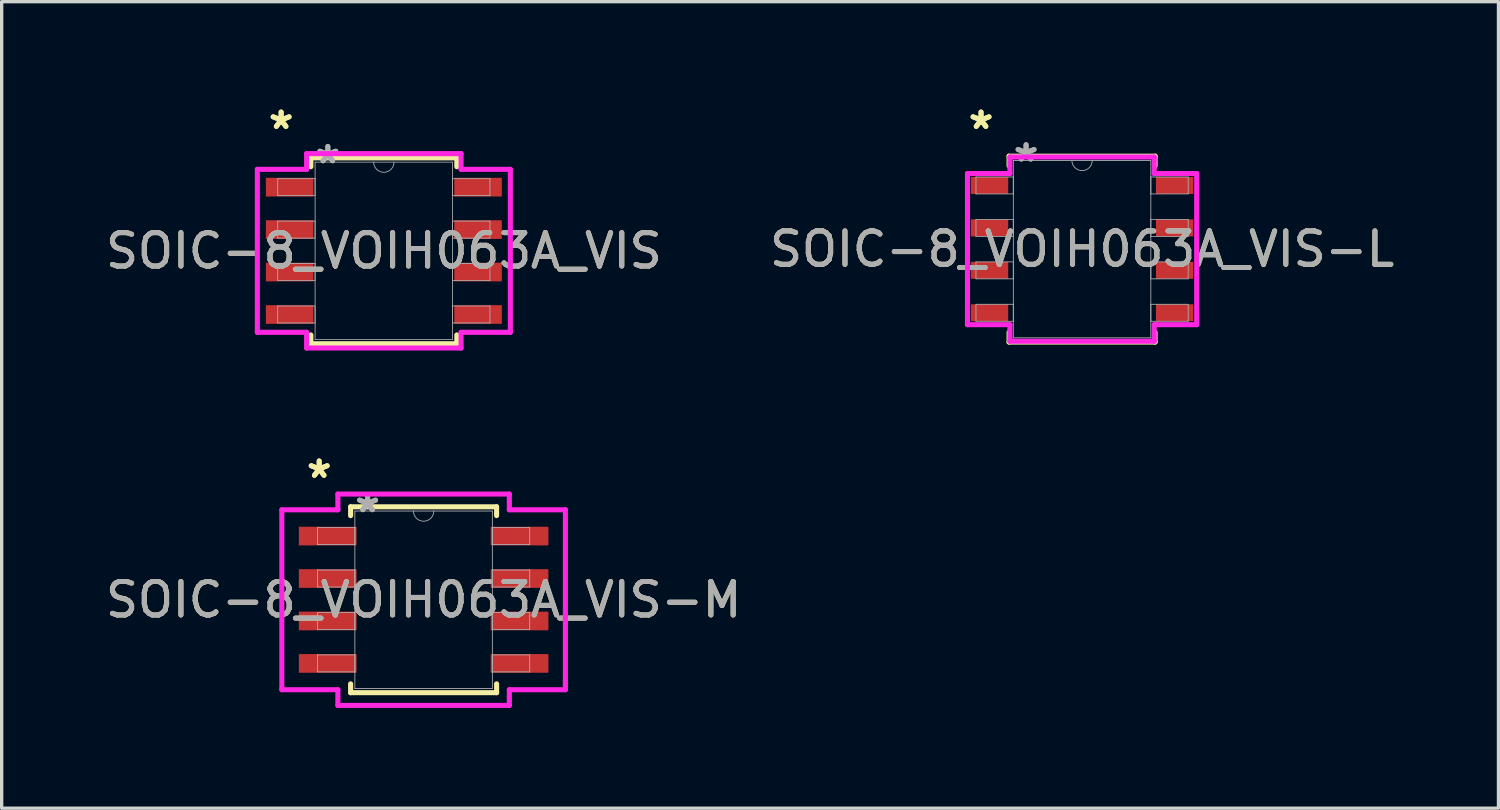
<source format=kicad_pcb>
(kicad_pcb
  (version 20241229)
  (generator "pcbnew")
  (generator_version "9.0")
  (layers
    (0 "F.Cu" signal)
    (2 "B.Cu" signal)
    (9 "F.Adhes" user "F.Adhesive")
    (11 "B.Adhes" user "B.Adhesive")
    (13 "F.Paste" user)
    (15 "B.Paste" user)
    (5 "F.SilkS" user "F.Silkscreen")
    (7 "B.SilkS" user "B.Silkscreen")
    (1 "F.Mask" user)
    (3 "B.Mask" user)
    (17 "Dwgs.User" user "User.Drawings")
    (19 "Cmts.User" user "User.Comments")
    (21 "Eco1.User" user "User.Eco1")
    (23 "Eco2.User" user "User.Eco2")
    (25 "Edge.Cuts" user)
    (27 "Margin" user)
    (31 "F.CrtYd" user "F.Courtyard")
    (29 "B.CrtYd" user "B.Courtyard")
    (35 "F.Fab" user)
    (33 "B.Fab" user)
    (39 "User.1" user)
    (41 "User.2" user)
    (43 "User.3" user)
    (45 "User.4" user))
  (footprint "SOIC-8_VOIH063A_VIS-M"
    (layer "F.Cu")
    (at 9.625 14.895)
    (property "Reference" "SOIC-8_VOIH063A_VIS-M" (at 0 0 0) (unlocked yes) (layer "F.SilkS") (effects (font (size 1 1) (thickness 0.15))))
    (attr smd)
    (fp_line (start -2.184 -2.781) (end -2.184 -2.517) (stroke (width 0.152) (type solid)) (layer "F.SilkS"))
    (fp_line (start -2.184 2.517) (end -2.184 2.781) (stroke (width 0.152) (type solid)) (layer "F.SilkS"))
    (fp_line (start -2.184 2.781) (end 2.184 2.781) (stroke (width 0.152) (type solid)) (layer "F.SilkS"))
    (fp_line (start 2.184 -2.781) (end -2.184 -2.781) (stroke (width 0.152) (type solid)) (layer "F.SilkS"))
    (fp_line (start 2.184 -2.517) (end 2.184 -2.781) (stroke (width 0.152) (type solid)) (layer "F.SilkS"))
    (fp_line (start 2.184 2.781) (end 2.184 2.517) (stroke (width 0.152) (type solid)) (layer "F.SilkS"))
    (fp_line (start -4.242 -2.692) (end -2.565 -2.692) (stroke (width 0.152) (type solid)) (layer "F.CrtYd"))
    (fp_line (start -4.242 2.692) (end -4.242 -2.692) (stroke (width 0.152) (type solid)) (layer "F.CrtYd"))
    (fp_line (start -4.242 2.692) (end -2.565 2.692) (stroke (width 0.152) (type solid)) (layer "F.CrtYd"))
    (fp_line (start -2.565 -3.162) (end 2.565 -3.162) (stroke (width 0.152) (type solid)) (layer "F.CrtYd"))
    (fp_line (start -2.565 -2.692) (end -2.565 -3.162) (stroke (width 0.152) (type solid)) (layer "F.CrtYd"))
    (fp_line (start -2.565 3.162) (end -2.565 2.692) (stroke (width 0.152) (type solid)) (layer "F.CrtYd"))
    (fp_line (start 2.565 -3.162) (end 2.565 -2.692) (stroke (width 0.152) (type solid)) (layer "F.CrtYd"))
    (fp_line (start 2.565 2.692) (end 2.565 3.162) (stroke (width 0.152) (type solid)) (layer "F.CrtYd"))
    (fp_line (start 2.565 3.162) (end -2.565 3.162) (stroke (width 0.152) (type solid)) (layer "F.CrtYd"))
    (fp_line (start 4.242 -2.692) (end 2.565 -2.692) (stroke (width 0.152) (type solid)) (layer "F.CrtYd"))
    (fp_line (start 4.242 -2.692) (end 4.242 2.692) (stroke (width 0.152) (type solid)) (layer "F.CrtYd"))
    (fp_line (start 4.242 2.692) (end 2.565 2.692) (stroke (width 0.152) (type solid)) (layer "F.CrtYd"))
    (fp_line (start -3.175 -2.159) (end -3.175 -1.651) (stroke (width 0.025) (type solid)) (layer "F.Fab"))
    (fp_line (start -3.175 -1.651) (end -2.057 -1.651) (stroke (width 0.025) (type solid)) (layer "F.Fab"))
    (fp_line (start -3.175 -0.889) (end -3.175 -0.381) (stroke (width 0.025) (type solid)) (layer "F.Fab"))
    (fp_line (start -3.175 -0.381) (end -2.057 -0.381) (stroke (width 0.025) (type solid)) (layer "F.Fab"))
    (fp_line (start -3.175 0.381) (end -3.175 0.889) (stroke (width 0.025) (type solid)) (layer "F.Fab"))
    (fp_line (start -3.175 0.889) (end -2.057 0.889) (stroke (width 0.025) (type solid)) (layer "F.Fab"))
    (fp_line (start -3.175 1.651) (end -3.175 2.159) (stroke (width 0.025) (type solid)) (layer "F.Fab"))
    (fp_line (start -3.175 2.159) (end -2.057 2.159) (stroke (width 0.025) (type solid)) (layer "F.Fab"))
    (fp_line (start -2.057 -2.654) (end -2.057 2.654) (stroke (width 0.025) (type solid)) (layer "F.Fab"))
    (fp_line (start -2.057 -2.159) (end -3.175 -2.159) (stroke (width 0.025) (type solid)) (layer "F.Fab"))
    (fp_line (start -2.057 -1.651) (end -2.057 -2.159) (stroke (width 0.025) (type solid)) (layer "F.Fab"))
    (fp_line (start -2.057 -0.889) (end -3.175 -0.889) (stroke (width 0.025) (type solid)) (layer "F.Fab"))
    (fp_line (start -2.057 -0.381) (end -2.057 -0.889) (stroke (width 0.025) (type solid)) (layer "F.Fab"))
    (fp_line (start -2.057 0.381) (end -3.175 0.381) (stroke (width 0.025) (type solid)) (layer "F.Fab"))
    (fp_line (start -2.057 0.889) (end -2.057 0.381) (stroke (width 0.025) (type solid)) (layer "F.Fab"))
    (fp_line (start -2.057 1.651) (end -3.175 1.651) (stroke (width 0.025) (type solid)) (layer "F.Fab"))
    (fp_line (start -2.057 2.159) (end -2.057 1.651) (stroke (width 0.025) (type solid)) (layer "F.Fab"))
    (fp_line (start -2.057 2.654) (end 2.057 2.654) (stroke (width 0.025) (type solid)) (layer "F.Fab"))
    (fp_line (start 2.057 -2.654) (end -2.057 -2.654) (stroke (width 0.025) (type solid)) (layer "F.Fab"))
    (fp_line (start 2.057 -2.159) (end 2.057 -1.651) (stroke (width 0.025) (type solid)) (layer "F.Fab"))
    (fp_line (start 2.057 -1.651) (end 3.175 -1.651) (stroke (width 0.025) (type solid)) (layer "F.Fab"))
    (fp_line (start 2.057 -0.889) (end 2.057 -0.381) (stroke (width 0.025) (type solid)) (layer "F.Fab"))
    (fp_line (start 2.057 -0.381) (end 3.175 -0.381) (stroke (width 0.025) (type solid)) (layer "F.Fab"))
    (fp_line (start 2.057 0.381) (end 2.057 0.889) (stroke (width 0.025) (type solid)) (layer "F.Fab"))
    (fp_line (start 2.057 0.889) (end 3.175 0.889) (stroke (width 0.025) (type solid)) (layer "F.Fab"))
    (fp_line (start 2.057 1.651) (end 2.057 2.159) (stroke (width 0.025) (type solid)) (layer "F.Fab"))
    (fp_line (start 2.057 2.159) (end 3.175 2.159) (stroke (width 0.025) (type solid)) (layer "F.Fab"))
    (fp_line (start 2.057 2.654) (end 2.057 -2.654) (stroke (width 0.025) (type solid)) (layer "F.Fab"))
    (fp_line (start 3.175 -2.159) (end 2.057 -2.159) (stroke (width 0.025) (type solid)) (layer "F.Fab"))
    (fp_line (start 3.175 -1.651) (end 3.175 -2.159) (stroke (width 0.025) (type solid)) (layer "F.Fab"))
    (fp_line (start 3.175 -0.889) (end 2.057 -0.889) (stroke (width 0.025) (type solid)) (layer "F.Fab"))
    (fp_line (start 3.175 -0.381) (end 3.175 -0.889) (stroke (width 0.025) (type solid)) (layer "F.Fab"))
    (fp_line (start 3.175 0.381) (end 2.057 0.381) (stroke (width 0.025) (type solid)) (layer "F.Fab"))
    (fp_line (start 3.175 0.889) (end 3.175 0.381) (stroke (width 0.025) (type solid)) (layer "F.Fab"))
    (fp_line (start 3.175 1.651) (end 2.057 1.651) (stroke (width 0.025) (type solid)) (layer "F.Fab"))
    (fp_line (start 3.175 2.159) (end 3.175 1.651) (stroke (width 0.025) (type solid)) (layer "F.Fab"))
    (fp_arc (start 0.3048 -2.6543) (mid 0 -2.3495) (end -0.3048 -2.6543) (stroke (width 0.0254) (type solid)) (layer "F.Fab"))
    (fp_text user "*" (at -3.124 -3.607 0) (layer "F.SilkS") (effects (font (size 1 1) (thickness 0.15))))
    (fp_text user "*" (at -3.124 -3.607 0) (unlocked yes) (layer "F.SilkS") (effects (font (size 1 1) (thickness 0.15))))
    (fp_text user "*" (at -1.676 -2.578 0) (layer "F.Fab") (effects (font (size 1 1) (thickness 0.15))))
    (fp_text user "${REFERENCE}" (at 0 0 0) (unlocked yes) (layer "F.Fab") (effects (font (size 1 1) (thickness 0.15))))
    (fp_text user "*" (at -1.676 -2.578 0) (unlocked yes) (layer "F.Fab") (effects (font (size 1 1) (thickness 0.15))))
    (pad "1" smd rect (at -2.87 -1.905) (size 1.727 0.559) (layers "F.Cu" "F.Mask" "F.Paste"))
    (pad "2" smd rect (at -2.87 -0.635) (size 1.727 0.559) (layers "F.Cu" "F.Mask" "F.Paste"))
    (pad "3" smd rect (at -2.87 0.635) (size 1.727 0.559) (layers "F.Cu" "F.Mask" "F.Paste"))
    (pad "4" smd rect (at -2.87 1.905) (size 1.727 0.559) (layers "F.Cu" "F.Mask" "F.Paste"))
    (pad "5" smd rect (at 2.87 1.905) (size 1.727 0.559) (layers "F.Cu" "F.Mask" "F.Paste"))
    (pad "6" smd rect (at 2.87 0.635) (size 1.727 0.559) (layers "F.Cu" "F.Mask" "F.Paste"))
    (pad "7" smd rect (at 2.87 -0.635) (size 1.727 0.559) (layers "F.Cu" "F.Mask" "F.Paste"))
    (pad "8" smd rect (at 2.87 -1.905) (size 1.727 0.559) (layers "F.Cu" "F.Mask" "F.Paste")))
  (footprint "SOIC-8_VOIH063A_VIS"
    (layer "F.Cu")
    (at 8.435 4.455)
    (property "Reference" "SOIC-8_VOIH063A_VIS" (at 0 0 0) (unlocked yes) (layer "F.SilkS") (effects (font (size 1 1) (thickness 0.15))))
    (attr smd)
    (fp_line (start -2.184 -2.781) (end -2.184 -2.517) (stroke (width 0.152) (type solid)) (layer "F.SilkS"))
    (fp_line (start -2.184 2.517) (end -2.184 2.781) (stroke (width 0.152) (type solid)) (layer "F.SilkS"))
    (fp_line (start -2.184 2.781) (end 2.184 2.781) (stroke (width 0.152) (type solid)) (layer "F.SilkS"))
    (fp_line (start 2.184 -2.781) (end -2.184 -2.781) (stroke (width 0.152) (type solid)) (layer "F.SilkS"))
    (fp_line (start 2.184 -2.517) (end 2.184 -2.781) (stroke (width 0.152) (type solid)) (layer "F.SilkS"))
    (fp_line (start 2.184 2.781) (end 2.184 2.517) (stroke (width 0.152) (type solid)) (layer "F.SilkS"))
    (fp_line (start -3.785 -2.438) (end -2.311 -2.438) (stroke (width 0.152) (type solid)) (layer "F.CrtYd"))
    (fp_line (start -3.785 2.438) (end -3.785 -2.438) (stroke (width 0.152) (type solid)) (layer "F.CrtYd"))
    (fp_line (start -3.785 2.438) (end -2.311 2.438) (stroke (width 0.152) (type solid)) (layer "F.CrtYd"))
    (fp_line (start -2.311 -2.908) (end 2.311 -2.908) (stroke (width 0.152) (type solid)) (layer "F.CrtYd"))
    (fp_line (start -2.311 -2.438) (end -2.311 -2.908) (stroke (width 0.152) (type solid)) (layer "F.CrtYd"))
    (fp_line (start -2.311 2.908) (end -2.311 2.438) (stroke (width 0.152) (type solid)) (layer "F.CrtYd"))
    (fp_line (start 2.311 -2.908) (end 2.311 -2.438) (stroke (width 0.152) (type solid)) (layer "F.CrtYd"))
    (fp_line (start 2.311 2.438) (end 2.311 2.908) (stroke (width 0.152) (type solid)) (layer "F.CrtYd"))
    (fp_line (start 2.311 2.908) (end -2.311 2.908) (stroke (width 0.152) (type solid)) (layer "F.CrtYd"))
    (fp_line (start 3.785 -2.438) (end 2.311 -2.438) (stroke (width 0.152) (type solid)) (layer "F.CrtYd"))
    (fp_line (start 3.785 -2.438) (end 3.785 2.438) (stroke (width 0.152) (type solid)) (layer "F.CrtYd"))
    (fp_line (start 3.785 2.438) (end 2.311 2.438) (stroke (width 0.152) (type solid)) (layer "F.CrtYd"))
    (fp_line (start -3.175 -2.159) (end -3.175 -1.651) (stroke (width 0.025) (type solid)) (layer "F.Fab"))
    (fp_line (start -3.175 -1.651) (end -2.057 -1.651) (stroke (width 0.025) (type solid)) (layer "F.Fab"))
    (fp_line (start -3.175 -0.889) (end -3.175 -0.381) (stroke (width 0.025) (type solid)) (layer "F.Fab"))
    (fp_line (start -3.175 -0.381) (end -2.057 -0.381) (stroke (width 0.025) (type solid)) (layer "F.Fab"))
    (fp_line (start -3.175 0.381) (end -3.175 0.889) (stroke (width 0.025) (type solid)) (layer "F.Fab"))
    (fp_line (start -3.175 0.889) (end -2.057 0.889) (stroke (width 0.025) (type solid)) (layer "F.Fab"))
    (fp_line (start -3.175 1.651) (end -3.175 2.159) (stroke (width 0.025) (type solid)) (layer "F.Fab"))
    (fp_line (start -3.175 2.159) (end -2.057 2.159) (stroke (width 0.025) (type solid)) (layer "F.Fab"))
    (fp_line (start -2.057 -2.654) (end -2.057 2.654) (stroke (width 0.025) (type solid)) (layer "F.Fab"))
    (fp_line (start -2.057 -2.159) (end -3.175 -2.159) (stroke (width 0.025) (type solid)) (layer "F.Fab"))
    (fp_line (start -2.057 -1.651) (end -2.057 -2.159) (stroke (width 0.025) (type solid)) (layer "F.Fab"))
    (fp_line (start -2.057 -0.889) (end -3.175 -0.889) (stroke (width 0.025) (type solid)) (layer "F.Fab"))
    (fp_line (start -2.057 -0.381) (end -2.057 -0.889) (stroke (width 0.025) (type solid)) (layer "F.Fab"))
    (fp_line (start -2.057 0.381) (end -3.175 0.381) (stroke (width 0.025) (type solid)) (layer "F.Fab"))
    (fp_line (start -2.057 0.889) (end -2.057 0.381) (stroke (width 0.025) (type solid)) (layer "F.Fab"))
    (fp_line (start -2.057 1.651) (end -3.175 1.651) (stroke (width 0.025) (type solid)) (layer "F.Fab"))
    (fp_line (start -2.057 2.159) (end -2.057 1.651) (stroke (width 0.025) (type solid)) (layer "F.Fab"))
    (fp_line (start -2.057 2.654) (end 2.057 2.654) (stroke (width 0.025) (type solid)) (layer "F.Fab"))
    (fp_line (start 2.057 -2.654) (end -2.057 -2.654) (stroke (width 0.025) (type solid)) (layer "F.Fab"))
    (fp_line (start 2.057 -2.159) (end 2.057 -1.651) (stroke (width 0.025) (type solid)) (layer "F.Fab"))
    (fp_line (start 2.057 -1.651) (end 3.175 -1.651) (stroke (width 0.025) (type solid)) (layer "F.Fab"))
    (fp_line (start 2.057 -0.889) (end 2.057 -0.381) (stroke (width 0.025) (type solid)) (layer "F.Fab"))
    (fp_line (start 2.057 -0.381) (end 3.175 -0.381) (stroke (width 0.025) (type solid)) (layer "F.Fab"))
    (fp_line (start 2.057 0.381) (end 2.057 0.889) (stroke (width 0.025) (type solid)) (layer "F.Fab"))
    (fp_line (start 2.057 0.889) (end 3.175 0.889) (stroke (width 0.025) (type solid)) (layer "F.Fab"))
    (fp_line (start 2.057 1.651) (end 2.057 2.159) (stroke (width 0.025) (type solid)) (layer "F.Fab"))
    (fp_line (start 2.057 2.159) (end 3.175 2.159) (stroke (width 0.025) (type solid)) (layer "F.Fab"))
    (fp_line (start 2.057 2.654) (end 2.057 -2.654) (stroke (width 0.025) (type solid)) (layer "F.Fab"))
    (fp_line (start 3.175 -2.159) (end 2.057 -2.159) (stroke (width 0.025) (type solid)) (layer "F.Fab"))
    (fp_line (start 3.175 -1.651) (end 3.175 -2.159) (stroke (width 0.025) (type solid)) (layer "F.Fab"))
    (fp_line (start 3.175 -0.889) (end 2.057 -0.889) (stroke (width 0.025) (type solid)) (layer "F.Fab"))
    (fp_line (start 3.175 -0.381) (end 3.175 -0.889) (stroke (width 0.025) (type solid)) (layer "F.Fab"))
    (fp_line (start 3.175 0.381) (end 2.057 0.381) (stroke (width 0.025) (type solid)) (layer "F.Fab"))
    (fp_line (start 3.175 0.889) (end 3.175 0.381) (stroke (width 0.025) (type solid)) (layer "F.Fab"))
    (fp_line (start 3.175 1.651) (end 2.057 1.651) (stroke (width 0.025) (type solid)) (layer "F.Fab"))
    (fp_line (start 3.175 2.159) (end 3.175 1.651) (stroke (width 0.025) (type solid)) (layer "F.Fab"))
    (fp_arc (start 0.3048 -2.6543) (mid 0 -2.3495) (end -0.3048 -2.6543) (stroke (width 0.0254) (type solid)) (layer "F.Fab"))
    (fp_text user "*" (at -3.073 -3.607 0) (layer "F.SilkS") (effects (font (size 1 1) (thickness 0.15))))
    (fp_text user "*" (at -3.073 -3.607 0) (unlocked yes) (layer "F.SilkS") (effects (font (size 1 1) (thickness 0.15))))
    (fp_text user "*" (at -1.676 -2.578 0) (unlocked yes) (layer "F.Fab") (effects (font (size 1 1) (thickness 0.15))))
    (fp_text user "${REFERENCE}" (at 0 0 0) (unlocked yes) (layer "F.Fab") (effects (font (size 1 1) (thickness 0.15))))
    (fp_text user "*" (at -1.676 -2.578 0) (layer "F.Fab") (effects (font (size 1 1) (thickness 0.15))))
    (pad "1" smd rect (at -2.819 -1.905) (size 1.422 0.559) (layers "F.Cu" "F.Mask" "F.Paste"))
    (pad "2" smd rect (at -2.819 -0.635) (size 1.422 0.559) (layers "F.Cu" "F.Mask" "F.Paste"))
    (pad "3" smd rect (at -2.819 0.635) (size 1.422 0.559) (layers "F.Cu" "F.Mask" "F.Paste"))
    (pad "4" smd rect (at -2.819 1.905) (size 1.422 0.559) (layers "F.Cu" "F.Mask" "F.Paste"))
    (pad "5" smd rect (at 2.819 1.905) (size 1.422 0.559) (layers "F.Cu" "F.Mask" "F.Paste"))
    (pad "6" smd rect (at 2.819 0.635) (size 1.422 0.559) (layers "F.Cu" "F.Mask" "F.Paste"))
    (pad "7" smd rect (at 2.819 -0.635) (size 1.422 0.559) (layers "F.Cu" "F.Mask" "F.Paste"))
    (pad "8" smd rect (at 2.819 -1.905) (size 1.422 0.559) (layers "F.Cu" "F.Mask" "F.Paste")))
  (footprint "SOIC-8_VOIH063A_VIS-L"
    (layer "F.Cu")
    (at 29.327 4.404)
    (property "Reference" "SOIC-8_VOIH063A_VIS-L" (at 0 0 0) (unlocked yes) (layer "F.SilkS") (effects (font (size 1 1) (thickness 0.15))))
    (attr smd)
    (fp_line (start -2.184 -2.781) (end -2.184 -2.491) (stroke (width 0.152) (type solid)) (layer "F.SilkS"))
    (fp_line (start -2.184 2.491) (end -2.184 2.781) (stroke (width 0.152) (type solid)) (layer "F.SilkS"))
    (fp_line (start -2.184 2.781) (end 2.184 2.781) (stroke (width 0.152) (type solid)) (layer "F.SilkS"))
    (fp_line (start 2.184 -2.781) (end -2.184 -2.781) (stroke (width 0.152) (type solid)) (layer "F.SilkS"))
    (fp_line (start 2.184 -2.491) (end 2.184 -2.781) (stroke (width 0.152) (type solid)) (layer "F.SilkS"))
    (fp_line (start 2.184 2.781) (end 2.184 2.491) (stroke (width 0.152) (type solid)) (layer "F.SilkS"))
    (fp_line (start -3.429 -2.261) (end -2.159 -2.261) (stroke (width 0.152) (type solid)) (layer "F.CrtYd"))
    (fp_line (start -3.429 2.261) (end -3.429 -2.261) (stroke (width 0.152) (type solid)) (layer "F.CrtYd"))
    (fp_line (start -3.429 2.261) (end -2.159 2.261) (stroke (width 0.152) (type solid)) (layer "F.CrtYd"))
    (fp_line (start -2.159 -2.756) (end 2.159 -2.756) (stroke (width 0.152) (type solid)) (layer "F.CrtYd"))
    (fp_line (start -2.159 -2.261) (end -2.159 -2.756) (stroke (width 0.152) (type solid)) (layer "F.CrtYd"))
    (fp_line (start -2.159 2.756) (end -2.159 2.261) (stroke (width 0.152) (type solid)) (layer "F.CrtYd"))
    (fp_line (start 2.159 -2.756) (end 2.159 -2.261) (stroke (width 0.152) (type solid)) (layer "F.CrtYd"))
    (fp_line (start 2.159 2.261) (end 2.159 2.756) (stroke (width 0.152) (type solid)) (layer "F.CrtYd"))
    (fp_line (start 2.159 2.756) (end -2.159 2.756) (stroke (width 0.152) (type solid)) (layer "F.CrtYd"))
    (fp_line (start 3.429 -2.261) (end 2.159 -2.261) (stroke (width 0.152) (type solid)) (layer "F.CrtYd"))
    (fp_line (start 3.429 -2.261) (end 3.429 2.261) (stroke (width 0.152) (type solid)) (layer "F.CrtYd"))
    (fp_line (start 3.429 2.261) (end 2.159 2.261) (stroke (width 0.152) (type solid)) (layer "F.CrtYd"))
    (fp_line (start -3.175 -2.159) (end -3.175 -1.651) (stroke (width 0.025) (type solid)) (layer "F.Fab"))
    (fp_line (start -3.175 -1.651) (end -2.057 -1.651) (stroke (width 0.025) (type solid)) (layer "F.Fab"))
    (fp_line (start -3.175 -0.889) (end -3.175 -0.381) (stroke (width 0.025) (type solid)) (layer "F.Fab"))
    (fp_line (start -3.175 -0.381) (end -2.057 -0.381) (stroke (width 0.025) (type solid)) (layer "F.Fab"))
    (fp_line (start -3.175 0.381) (end -3.175 0.889) (stroke (width 0.025) (type solid)) (layer "F.Fab"))
    (fp_line (start -3.175 0.889) (end -2.057 0.889) (stroke (width 0.025) (type solid)) (layer "F.Fab"))
    (fp_line (start -3.175 1.651) (end -3.175 2.159) (stroke (width 0.025) (type solid)) (layer "F.Fab"))
    (fp_line (start -3.175 2.159) (end -2.057 2.159) (stroke (width 0.025) (type solid)) (layer "F.Fab"))
    (fp_line (start -2.057 -2.654) (end -2.057 2.654) (stroke (width 0.025) (type solid)) (layer "F.Fab"))
    (fp_line (start -2.057 -2.159) (end -3.175 -2.159) (stroke (width 0.025) (type solid)) (layer "F.Fab"))
    (fp_line (start -2.057 -1.651) (end -2.057 -2.159) (stroke (width 0.025) (type solid)) (layer "F.Fab"))
    (fp_line (start -2.057 -0.889) (end -3.175 -0.889) (stroke (width 0.025) (type solid)) (layer "F.Fab"))
    (fp_line (start -2.057 -0.381) (end -2.057 -0.889) (stroke (width 0.025) (type solid)) (layer "F.Fab"))
    (fp_line (start -2.057 0.381) (end -3.175 0.381) (stroke (width 0.025) (type solid)) (layer "F.Fab"))
    (fp_line (start -2.057 0.889) (end -2.057 0.381) (stroke (width 0.025) (type solid)) (layer "F.Fab"))
    (fp_line (start -2.057 1.651) (end -3.175 1.651) (stroke (width 0.025) (type solid)) (layer "F.Fab"))
    (fp_line (start -2.057 2.159) (end -2.057 1.651) (stroke (width 0.025) (type solid)) (layer "F.Fab"))
    (fp_line (start -2.057 2.654) (end 2.057 2.654) (stroke (width 0.025) (type solid)) (layer "F.Fab"))
    (fp_line (start 2.057 -2.654) (end -2.057 -2.654) (stroke (width 0.025) (type solid)) (layer "F.Fab"))
    (fp_line (start 2.057 -2.159) (end 2.057 -1.651) (stroke (width 0.025) (type solid)) (layer "F.Fab"))
    (fp_line (start 2.057 -1.651) (end 3.175 -1.651) (stroke (width 0.025) (type solid)) (layer "F.Fab"))
    (fp_line (start 2.057 -0.889) (end 2.057 -0.381) (stroke (width 0.025) (type solid)) (layer "F.Fab"))
    (fp_line (start 2.057 -0.381) (end 3.175 -0.381) (stroke (width 0.025) (type solid)) (layer "F.Fab"))
    (fp_line (start 2.057 0.381) (end 2.057 0.889) (stroke (width 0.025) (type solid)) (layer "F.Fab"))
    (fp_line (start 2.057 0.889) (end 3.175 0.889) (stroke (width 0.025) (type solid)) (layer "F.Fab"))
    (fp_line (start 2.057 1.651) (end 2.057 2.159) (stroke (width 0.025) (type solid)) (layer "F.Fab"))
    (fp_line (start 2.057 2.159) (end 3.175 2.159) (stroke (width 0.025) (type solid)) (layer "F.Fab"))
    (fp_line (start 2.057 2.654) (end 2.057 -2.654) (stroke (width 0.025) (type solid)) (layer "F.Fab"))
    (fp_line (start 3.175 -2.159) (end 2.057 -2.159) (stroke (width 0.025) (type solid)) (layer "F.Fab"))
    (fp_line (start 3.175 -1.651) (end 3.175 -2.159) (stroke (width 0.025) (type solid)) (layer "F.Fab"))
    (fp_line (start 3.175 -0.889) (end 2.057 -0.889) (stroke (width 0.025) (type solid)) (layer "F.Fab"))
    (fp_line (start 3.175 -0.381) (end 3.175 -0.889) (stroke (width 0.025) (type solid)) (layer "F.Fab"))
    (fp_line (start 3.175 0.381) (end 2.057 0.381) (stroke (width 0.025) (type solid)) (layer "F.Fab"))
    (fp_line (start 3.175 0.889) (end 3.175 0.381) (stroke (width 0.025) (type solid)) (layer "F.Fab"))
    (fp_line (start 3.175 1.651) (end 2.057 1.651) (stroke (width 0.025) (type solid)) (layer "F.Fab"))
    (fp_line (start 3.175 2.159) (end 3.175 1.651) (stroke (width 0.025) (type solid)) (layer "F.Fab"))
    (fp_arc (start 0.3048 -2.6543) (mid 0 -2.3495) (end -0.3048 -2.6543) (stroke (width 0.0254) (type solid)) (layer "F.Fab"))
    (fp_text user "*" (at -3.023 -3.556 0) (unlocked yes) (layer "F.SilkS") (effects (font (size 1 1) (thickness 0.15))))
    (fp_text user "*" (at -3.023 -3.556 0) (layer "F.SilkS") (effects (font (size 1 1) (thickness 0.15))))
    (fp_text user "*" (at -1.676 -2.578 0) (layer "F.Fab") (effects (font (size 1 1) (thickness 0.15))))
    (fp_text user "*" (at -1.676 -2.578 0) (unlocked yes) (layer "F.Fab") (effects (font (size 1 1) (thickness 0.15))))
    (fp_text user "${REFERENCE}" (at 0 0 0) (unlocked yes) (layer "F.Fab") (effects (font (size 1 1) (thickness 0.15))))
    (pad "1" smd rect (at -2.769 -1.905) (size 1.118 0.508) (layers "F.Cu" "F.Mask" "F.Paste"))
    (pad "2" smd rect (at -2.769 -0.635) (size 1.118 0.508) (layers "F.Cu" "F.Mask" "F.Paste"))
    (pad "3" smd rect (at -2.769 0.635) (size 1.118 0.508) (layers "F.Cu" "F.Mask" "F.Paste"))
    (pad "4" smd rect (at -2.769 1.905) (size 1.118 0.508) (layers "F.Cu" "F.Mask" "F.Paste"))
    (pad "5" smd rect (at 2.769 1.905) (size 1.118 0.508) (layers "F.Cu" "F.Mask" "F.Paste"))
    (pad "6" smd rect (at 2.769 0.635) (size 1.118 0.508) (layers "F.Cu" "F.Mask" "F.Paste"))
    (pad "7" smd rect (at 2.769 -0.635) (size 1.118 0.508) (layers "F.Cu" "F.Mask" "F.Paste"))
    (pad "8" smd rect (at 2.769 -1.905) (size 1.118 0.508) (layers "F.Cu" "F.Mask" "F.Paste")))
  (gr_rect
    (start -3 -3)
    (end 41.786 21.133)
    (stroke (width 0.1) (type default))
    (fill no)
    (layer "Edge.Cuts")))
</source>
